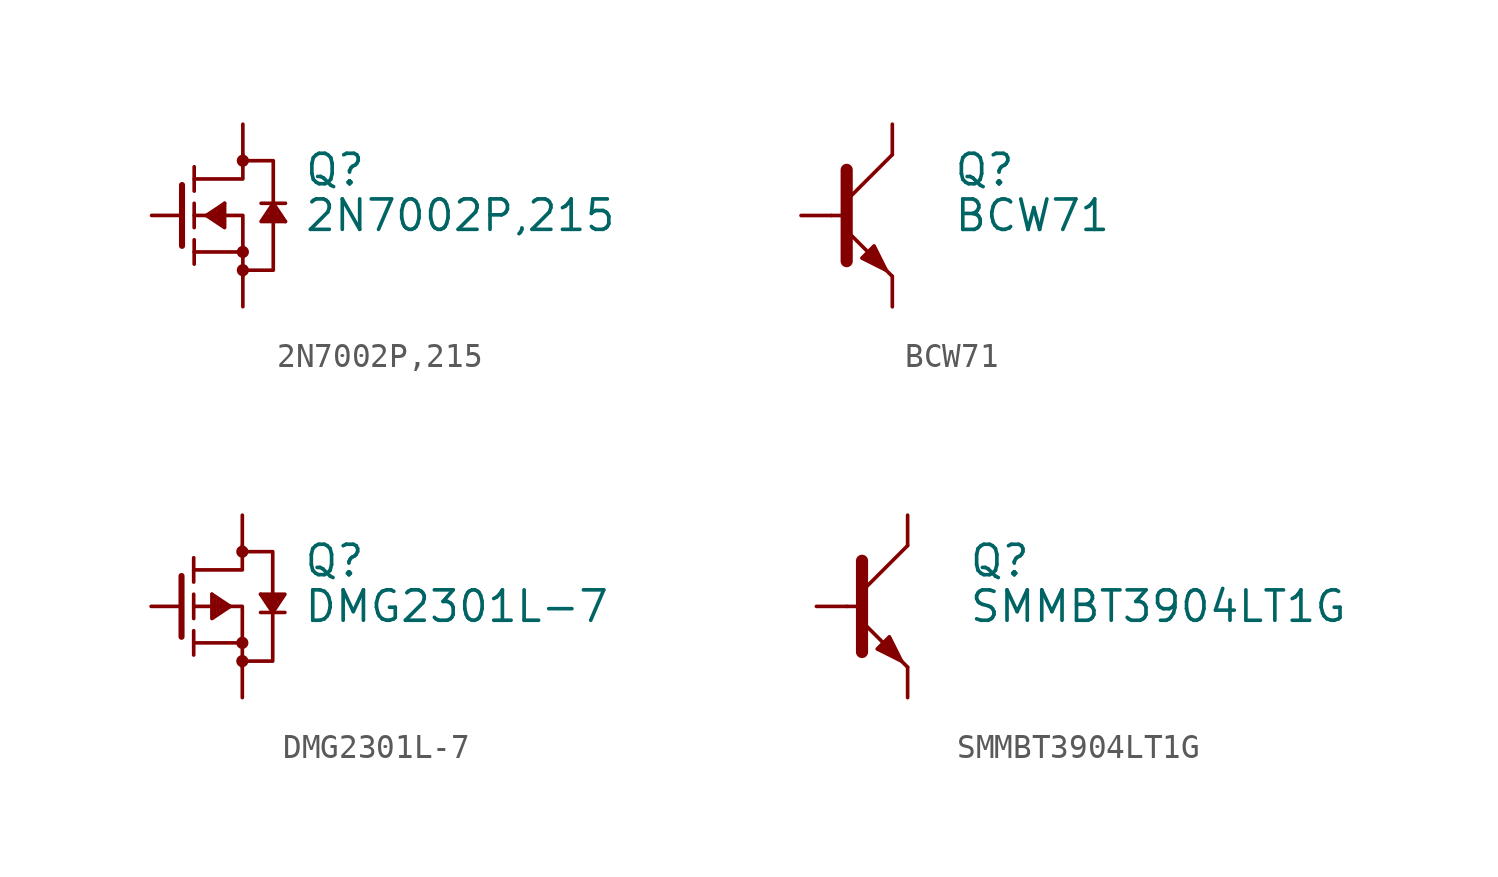
<source format=kicad_sym>
(kicad_symbol_lib
  (version 20211014)
  (generator kicad_symbol_editor)
  (symbol "2N7002P,215"
    (pin_numbers hide)
    (pin_names
      (offset 0) hide)
    (property "Reference" "Q"
      (at 5.08 1.905 0)
      (effects (font (size 1.27 1.27)) (justify left)))
    (property "Value" "2N7002P,215"
      (at 5.08 0 0)
      (effects (font (size 1.27 1.27)) (justify left)))
    (symbol "2N7002P,215_0_1"
      (polyline (pts (xy 0 1.27) (xy 0 -1.27)) (stroke (width 0.254) (type default) (color 0 0 0 0)) (fill (type none)))
      (polyline (pts (xy 0.508 -1.016) (xy 0.508 -2.032)) (stroke (width 0) (type default) (color 0 0 0 0)) (fill (type none)))
      (polyline (pts (xy 0.508 0.508) (xy 0.508 -0.508)) (stroke (width 0) (type default) (color 0 0 0 0)) (fill (type none)))
      (polyline (pts (xy 0.508 2.032) (xy 0.508 1.016)) (stroke (width 0) (type default) (color 0 0 0 0)) (fill (type none)))
      (polyline (pts (xy 1.016 0) (xy 1.778 0.508)) (stroke (width 0) (type default) (color 0 0 0 0)) (fill (type none)))
      (polyline (pts (xy 1.27 0.127) (xy 1.27 -0.127)) (stroke (width 0) (type default) (color 0 0 0 0)) (fill (type none)))
      (polyline (pts (xy 1.397 0.127) (xy 1.397 -0.127)) (stroke (width 0) (type default) (color 0 0 0 0)) (fill (type none)))
      (polyline (pts (xy 1.524 0.254) (xy 1.524 -0.254)) (stroke (width 0) (type default) (color 0 0 0 0)) (fill (type none)))
      (polyline (pts (xy 1.651 0.381) (xy 1.651 -0.381)) (stroke (width 0) (type default) (color 0 0 0 0)) (fill (type none)))
      (polyline (pts (xy 3.302 0.508) (xy 4.318 0.508)) (stroke (width 0) (type default) (color 0 0 0 0)) (fill (type none)))
      (polyline (pts (xy 3.81 0.508) (xy 4.318 -0.254)) (stroke (width 0) (type default) (color 0 0 0 0)) (fill (type none)))
      (polyline (pts (xy 3.937 0.127) (xy 3.683 0.127)) (stroke (width 0) (type default) (color 0 0 0 0)) (fill (type none)))
      (polyline (pts (xy 3.937 0.254) (xy 3.683 0.254)) (stroke (width 0) (type default) (color 0 0 0 0)) (fill (type none)))
      (polyline (pts (xy 4.064 0) (xy 3.556 0)) (stroke (width 0) (type default) (color 0 0 0 0)) (fill (type none)))
      (polyline (pts (xy 4.191 -0.127) (xy 3.429 -0.127)) (stroke (width 0) (type default) (color 0 0 0 0)) (fill (type none)))
      (polyline (pts (xy 0.508 0) (xy 2.54 0) (xy 2.54 -1.524)) (stroke (width 0) (type default) (color 0 0 0 0)) (fill (type none)))
      (polyline (pts (xy 1.778 0.508) (xy 1.778 -0.508) (xy 1.016 0)) (stroke (width 0) (type default) (color 0 0 0 0)) (fill (type none)))
      (polyline (pts (xy 2.54 -2.54) (xy 2.54 -1.524) (xy 0.508 -1.524)) (stroke (width 0) (type default) (color 0 0 0 0)) (fill (type none)))
      (polyline (pts (xy 4.318 -0.254) (xy 3.302 -0.254) (xy 3.81 0.508)) (stroke (width 0) (type default) (color 0 0 0 0)) (fill (type none)))
      (polyline (pts (xy 2.54 -2.286) (xy 3.81 -2.286) (xy 3.81 2.286) (xy 2.54 2.286)) (stroke (width 0) (type default) (color 0 0 0 0)) (fill (type none)))
      (polyline (pts (xy 2.54 2.54) (xy 2.54 1.778) (xy 2.54 1.524) (xy 0.508 1.524)) (stroke (width 0) (type default) (color 0 0 0 0)) (fill (type none)))
      (circle (center 2.54 -2.286) (radius 0.178) (stroke (width 0) (type default) (color 0 0 0 0)) (fill (type outline)))
      (circle (center 2.54 -1.524) (radius 0.178) (stroke (width 0) (type default) (color 0 0 0 0)) (fill (type outline)))
      (circle (center 2.54 2.286) (radius 0.178) (stroke (width 0) (type default) (color 0 0 0 0)) (fill (type outline))))
    (symbol "2N7002P,215_1_1"
      (pin input line (at -1.27 0 0) (length 1.27) (name "G" (effects (font (size 1.27 1.27)))) (number "1" (effects (font (size 1.27 1.27)))))
      (pin passive line (at 2.54 -3.81 90) (length 1.27) (name "S" (effects (font (size 1.27 1.27)))) (number "2" (effects (font (size 1.27 1.27)))))
      (pin passive line (at 2.54 3.81 270) (length 1.27) (name "D" (effects (font (size 1.27 1.27)))) (number "3" (effects (font (size 1.27 1.27)))))))
  (symbol "BCW71"
    (pin_numbers hide)
    (pin_names
      (offset 0) hide)
    (property "Reference" "Q"
      (at 5.08 1.905 0)
      (effects (font (size 1.27 1.27)) (justify left)))
    (property "Value" "BCW71"
      (at 5.08 0 0)
      (effects (font (size 1.27 1.27)) (justify left)))
    (symbol "BCW71_0_1"
      (polyline (pts (xy 0 0) (xy 0.635 0)) (stroke (width 0) (type default) (color 0 0 0 0)) (fill (type none)))
      (polyline (pts (xy 0.635 0.635) (xy 2.54 2.54)) (stroke (width 0) (type default) (color 0 0 0 0)) (fill (type none)))
      (polyline (pts (xy 0.635 -0.635) (xy 2.54 -2.54) (xy 2.54 -2.54)) (stroke (width 0) (type default) (color 0 0 0 0)) (fill (type none)))
      (polyline (pts (xy 0.635 1.905) (xy 0.635 -1.905) (xy 0.635 -1.905)) (stroke (width 0.508) (type default) (color 0 0 0 0)) (fill (type none)))
      (polyline (pts (xy 1.27 -1.778) (xy 1.778 -1.27) (xy 2.286 -2.286) (xy 1.27 -1.778) (xy 1.27 -1.778)) (stroke (width 0) (type default) (color 0 0 0 0)) (fill (type outline))))
    (symbol "BCW71_1_1"
      (pin input line (at -1.27 0 0) (length 1.27) (name "B" (effects (font (size 1.27 1.27)))) (number "1" (effects (font (size 1.27 1.27)))))
      (pin passive line (at 2.54 -3.81 90) (length 1.27) (name "E" (effects (font (size 1.27 1.27)))) (number "2" (effects (font (size 1.27 1.27)))))
      (pin passive line (at 2.54 3.81 270) (length 1.27) (name "C" (effects (font (size 1.27 1.27)))) (number "3" (effects (font (size 1.27 1.27)))))))
  (symbol "DMG2301L-7"
    (pin_numbers hide)
    (pin_names
      (offset 0) hide)
    (property "Reference" "Q"
      (at 5.08 1.905 0)
      (effects (font (size 1.27 1.27)) (justify left)))
    (property "Value" "DMG2301L-7"
      (at 5.08 0 0)
      (effects (font (size 1.27 1.27)) (justify left)))
    (symbol "DMG2301L-7_0_1"
      (polyline (pts (xy 0 1.27) (xy 0 -1.27)) (stroke (width 0.254) (type default) (color 0 0 0 0)) (fill (type none)))
      (polyline (pts (xy 0.508 -1.016) (xy 0.508 -2.032)) (stroke (width 0) (type default) (color 0 0 0 0)) (fill (type none)))
      (polyline (pts (xy 0.508 0.508) (xy 0.508 -0.508)) (stroke (width 0) (type default) (color 0 0 0 0)) (fill (type none)))
      (polyline (pts (xy 0.508 2.032) (xy 0.508 1.016)) (stroke (width 0) (type default) (color 0 0 0 0)) (fill (type none)))
      (polyline (pts (xy 1.397 0.381) (xy 1.397 -0.381)) (stroke (width 0) (type default) (color 0 0 0 0)) (fill (type none)))
      (polyline (pts (xy 1.524 0.254) (xy 1.524 -0.254)) (stroke (width 0) (type default) (color 0 0 0 0)) (fill (type none)))
      (polyline (pts (xy 1.651 0.127) (xy 1.651 -0.127)) (stroke (width 0) (type default) (color 0 0 0 0)) (fill (type none)))
      (polyline (pts (xy 1.778 0.127) (xy 1.778 -0.127)) (stroke (width 0) (type default) (color 0 0 0 0)) (fill (type none)))
      (polyline (pts (xy 2.032 0) (xy 1.27 0.508)) (stroke (width 0) (type default) (color 0 0 0 0)) (fill (type none)))
      (polyline (pts (xy 3.429 0.381) (xy 4.191 0.381)) (stroke (width 0) (type default) (color 0 0 0 0)) (fill (type none)))
      (polyline (pts (xy 3.556 0.254) (xy 4.064 0.254)) (stroke (width 0) (type default) (color 0 0 0 0)) (fill (type none)))
      (polyline (pts (xy 3.683 0) (xy 3.937 0)) (stroke (width 0) (type default) (color 0 0 0 0)) (fill (type none)))
      (polyline (pts (xy 3.683 0.127) (xy 3.937 0.127)) (stroke (width 0) (type default) (color 0 0 0 0)) (fill (type none)))
      (polyline (pts (xy 3.81 -0.254) (xy 3.302 0.508)) (stroke (width 0) (type default) (color 0 0 0 0)) (fill (type none)))
      (polyline (pts (xy 4.318 -0.254) (xy 3.302 -0.254)) (stroke (width 0) (type default) (color 0 0 0 0)) (fill (type none)))
      (polyline (pts (xy 0.508 0) (xy 2.54 0) (xy 2.54 -1.524)) (stroke (width 0) (type default) (color 0 0 0 0)) (fill (type none)))
      (polyline (pts (xy 1.27 0.508) (xy 1.27 -0.508) (xy 2.032 0)) (stroke (width 0) (type default) (color 0 0 0 0)) (fill (type none)))
      (polyline (pts (xy 2.54 -2.54) (xy 2.54 -1.524) (xy 0.508 -1.524)) (stroke (width 0) (type default) (color 0 0 0 0)) (fill (type none)))
      (polyline (pts (xy 3.302 0.508) (xy 4.318 0.508) (xy 3.81 -0.254)) (stroke (width 0) (type default) (color 0 0 0 0)) (fill (type none)))
      (polyline (pts (xy 2.54 -2.286) (xy 3.81 -2.286) (xy 3.81 2.286) (xy 2.54 2.286)) (stroke (width 0) (type default) (color 0 0 0 0)) (fill (type none)))
      (polyline (pts (xy 2.54 2.54) (xy 2.54 1.778) (xy 2.54 1.524) (xy 0.508 1.524)) (stroke (width 0) (type default) (color 0 0 0 0)) (fill (type none)))
      (circle (center 2.54 -2.286) (radius 0.178) (stroke (width 0) (type default) (color 0 0 0 0)) (fill (type outline)))
      (circle (center 2.54 -1.524) (radius 0.178) (stroke (width 0) (type default) (color 0 0 0 0)) (fill (type outline)))
      (circle (center 2.54 2.286) (radius 0.178) (stroke (width 0) (type default) (color 0 0 0 0)) (fill (type outline))))
    (symbol "DMG2301L-7_1_1"
      (pin input line (at -1.27 0 0) (length 1.27) (name "G" (effects (font (size 1.27 1.27)))) (number "1" (effects (font (size 1.27 1.27)))))
      (pin passive line (at 2.54 -3.81 90) (length 1.27) (name "S" (effects (font (size 1.27 1.27)))) (number "2" (effects (font (size 1.27 1.27)))))
      (pin passive line (at 2.54 3.81 270) (length 1.27) (name "D" (effects (font (size 1.27 1.27)))) (number "3" (effects (font (size 1.27 1.27)))))))
  (symbol "SMMBT3904LT1G"
    (pin_numbers hide)
    (pin_names
      (offset 0) hide)
    (property "Reference" "Q"
      (at 5.08 1.905 0)
      (effects (font (size 1.27 1.27)) (justify left)))
    (property "Value" "SMMBT3904LT1G"
      (at 5.08 0 0)
      (effects (font (size 1.27 1.27)) (justify left)))
    (symbol "SMMBT3904LT1G_0_1"
      (polyline (pts (xy 0 0) (xy 0.635 0)) (stroke (width 0) (type default) (color 0 0 0 0)) (fill (type none)))
      (polyline (pts (xy 0.635 0.635) (xy 2.54 2.54)) (stroke (width 0) (type default) (color 0 0 0 0)) (fill (type none)))
      (polyline (pts (xy 0.635 -0.635) (xy 2.54 -2.54) (xy 2.54 -2.54)) (stroke (width 0) (type default) (color 0 0 0 0)) (fill (type none)))
      (polyline (pts (xy 0.635 1.905) (xy 0.635 -1.905) (xy 0.635 -1.905)) (stroke (width 0.508) (type default) (color 0 0 0 0)) (fill (type none)))
      (polyline (pts (xy 1.27 -1.778) (xy 1.778 -1.27) (xy 2.286 -2.286) (xy 1.27 -1.778) (xy 1.27 -1.778)) (stroke (width 0) (type default) (color 0 0 0 0)) (fill (type outline))))
    (symbol "SMMBT3904LT1G_1_1"
      (pin input line (at -1.27 0 0) (length 1.27) (name "B" (effects (font (size 1.27 1.27)))) (number "1" (effects (font (size 1.27 1.27)))))
      (pin passive line (at 2.54 -3.81 90) (length 1.27) (name "E" (effects (font (size 1.27 1.27)))) (number "2" (effects (font (size 1.27 1.27)))))
      (pin passive line (at 2.54 3.81 270) (length 1.27) (name "C" (effects (font (size 1.27 1.27)))) (number "3" (effects (font (size 1.27 1.27))))))))
</source>
